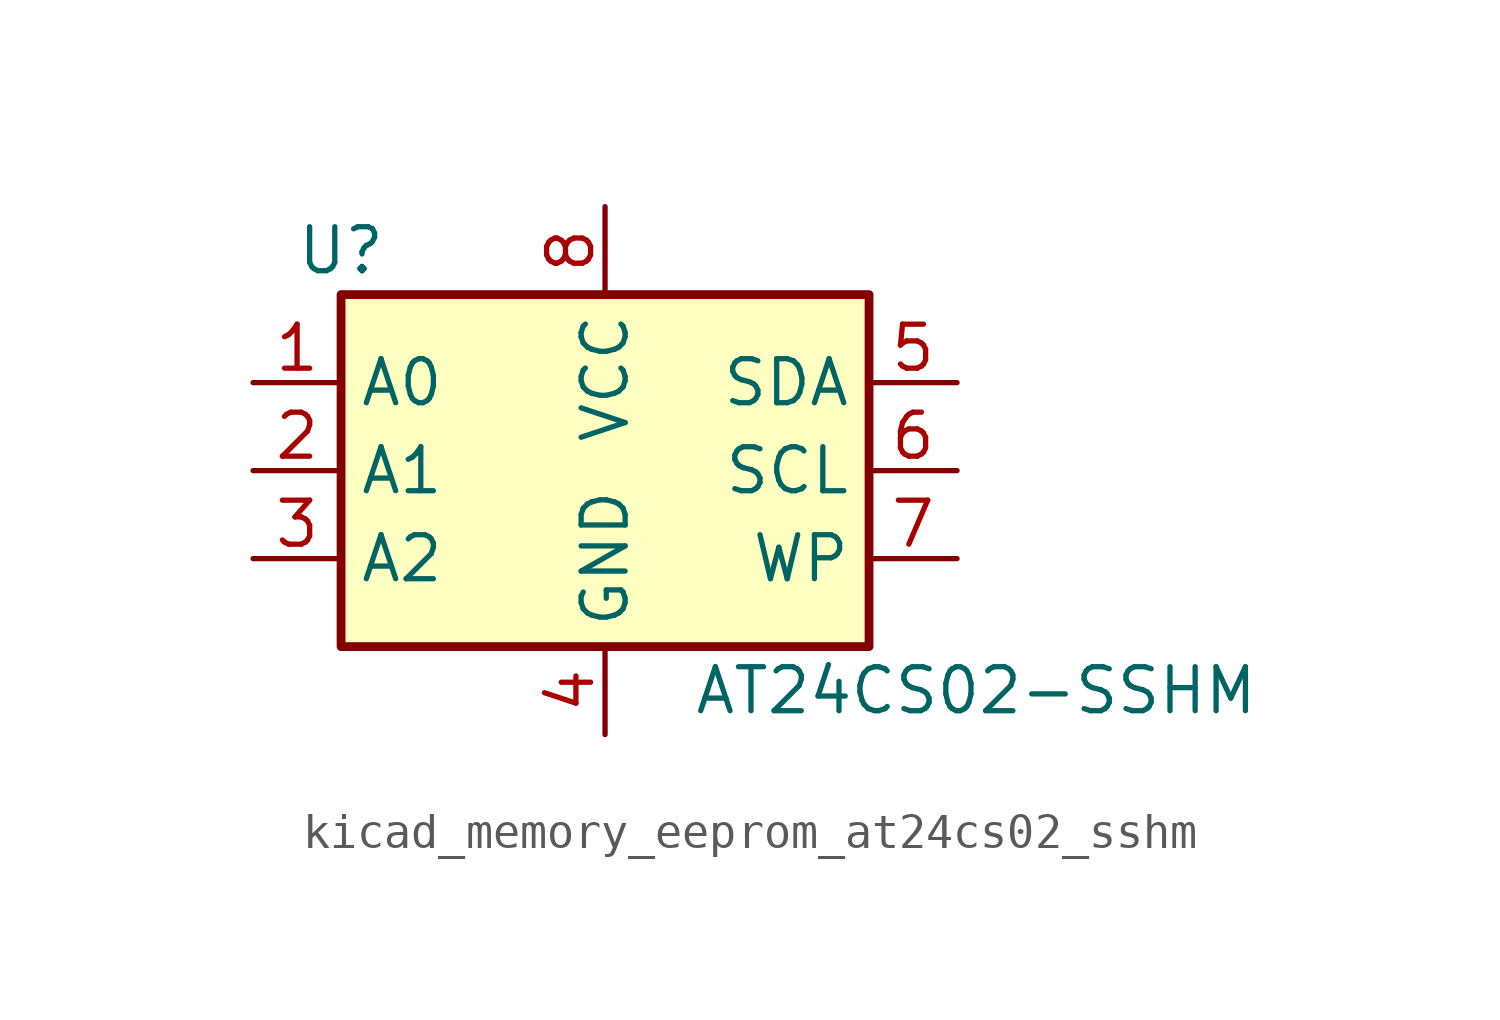
<source format=kicad_sym>
(kicad_symbol_lib
  (version 20220914)
  (generator kicad_symbol_editor)
  (symbol "kicad_memory_eeprom_at24cs02_sshm"
    (property "Reference" "U"
      (at -7.62 6.35 0)
      (effects (font (size 1.27 1.27))))
    (property "Value" "AT24CS02-SSHM"
      (at 2.54 -6.35 0)
      (effects (font (size 1.27 1.27)) (justify left)))
    (symbol "kicad_memory_eeprom_at24cs02_sshm_1_1"
      (rectangle (start -7.62 5.08) (end 7.62 -5.08) (stroke (width 0.254) (type default)) (fill (type background)))
      (pin input line (at -10.16 2.54 0) (length 2.54) (name "A0" (effects (font (size 1.27 1.27)))) (number "1" (effects (font (size 1.27 1.27)))))
      (pin input line (at -10.16 0 0) (length 2.54) (name "A1" (effects (font (size 1.27 1.27)))) (number "2" (effects (font (size 1.27 1.27)))))
      (pin input line (at -10.16 -2.54 0) (length 2.54) (name "A2" (effects (font (size 1.27 1.27)))) (number "3" (effects (font (size 1.27 1.27)))))
      (pin power_in line (at 0 -7.62 90) (length 2.54) (name "GND" (effects (font (size 1.27 1.27)))) (number "4" (effects (font (size 1.27 1.27)))))
      (pin bidirectional line (at 10.16 2.54 180) (length 2.54) (name "SDA" (effects (font (size 1.27 1.27)))) (number "5" (effects (font (size 1.27 1.27)))))
      (pin input line (at 10.16 0 180) (length 2.54) (name "SCL" (effects (font (size 1.27 1.27)))) (number "6" (effects (font (size 1.27 1.27)))))
      (pin input line (at 10.16 -2.54 180) (length 2.54) (name "WP" (effects (font (size 1.27 1.27)))) (number "7" (effects (font (size 1.27 1.27)))))
      (pin power_in line (at 0 7.62 270) (length 2.54) (name "VCC" (effects (font (size 1.27 1.27)))) (number "8" (effects (font (size 1.27 1.27))))))))
</source>
